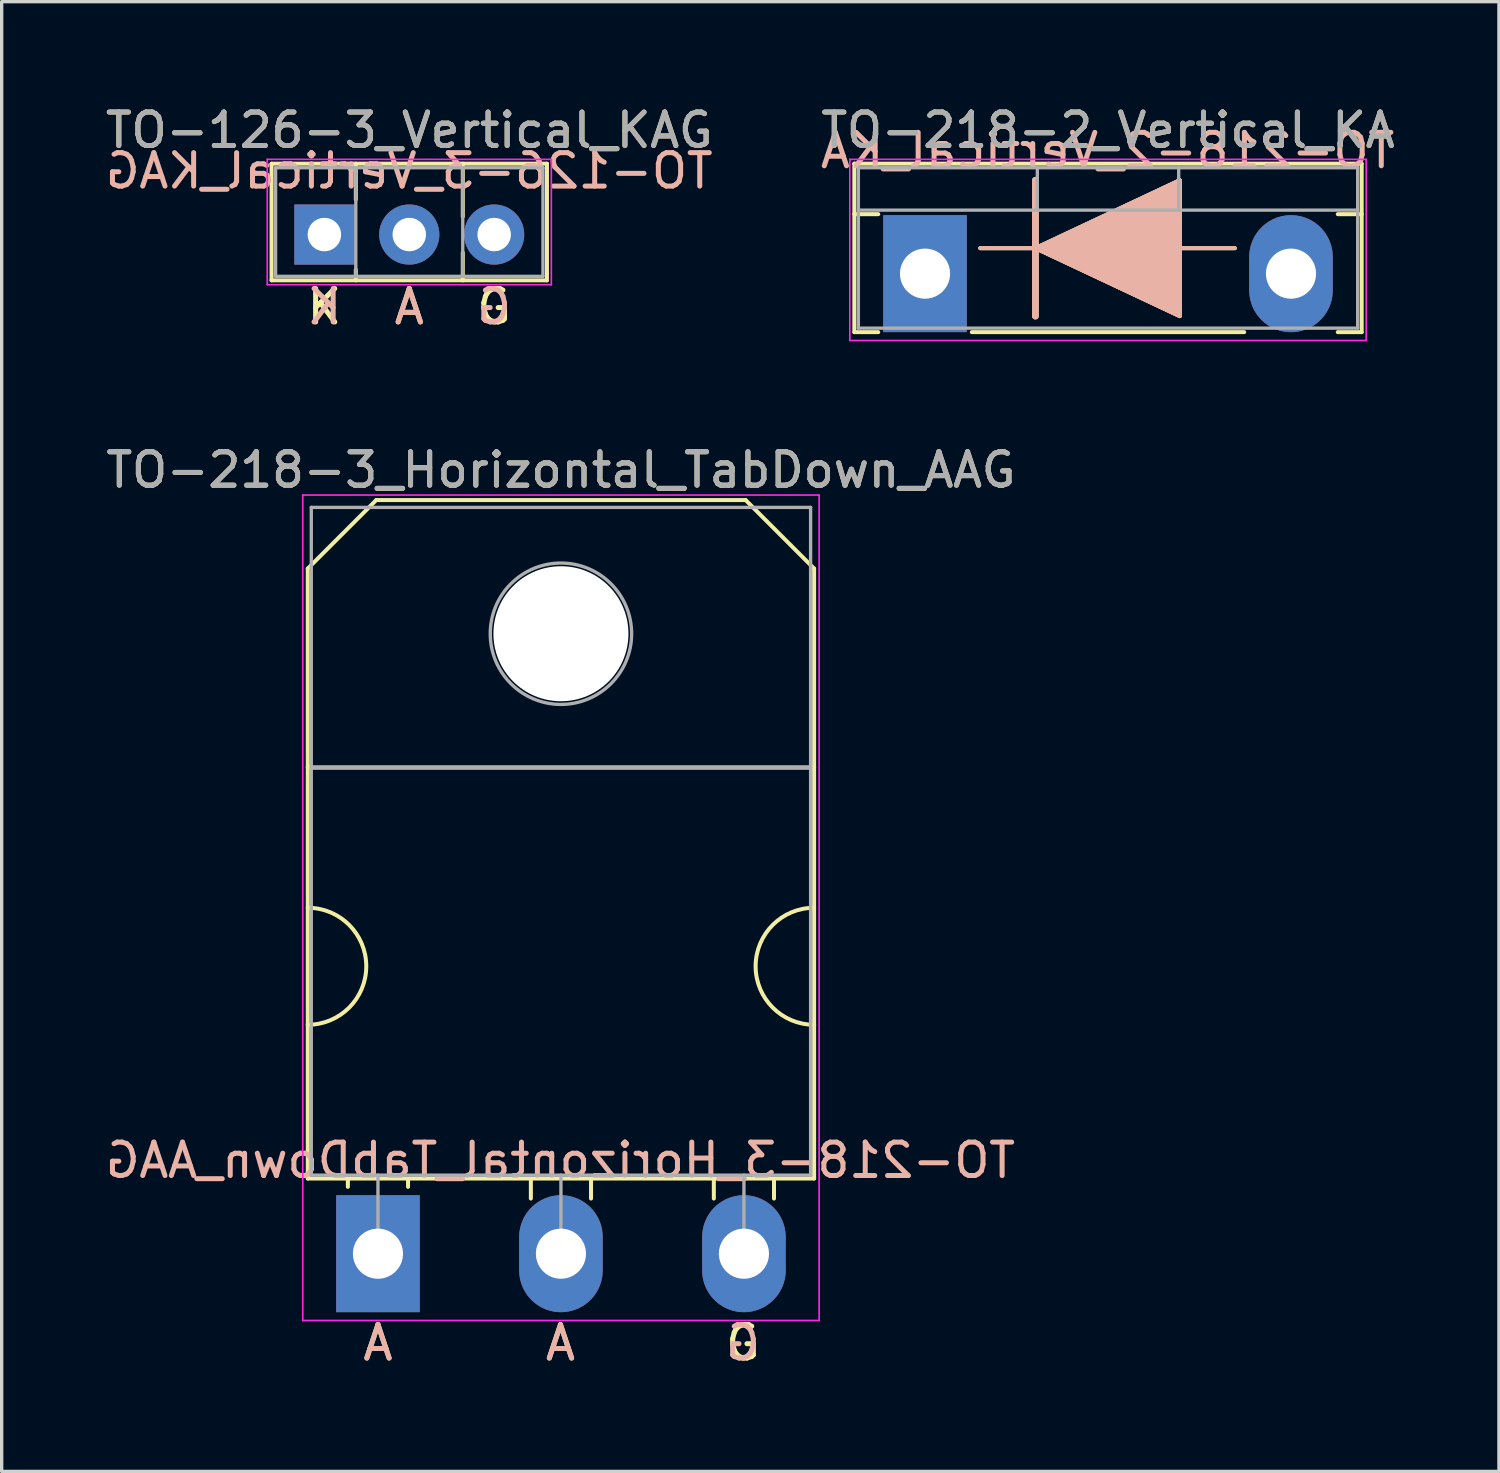
<source format=kicad_pcb>
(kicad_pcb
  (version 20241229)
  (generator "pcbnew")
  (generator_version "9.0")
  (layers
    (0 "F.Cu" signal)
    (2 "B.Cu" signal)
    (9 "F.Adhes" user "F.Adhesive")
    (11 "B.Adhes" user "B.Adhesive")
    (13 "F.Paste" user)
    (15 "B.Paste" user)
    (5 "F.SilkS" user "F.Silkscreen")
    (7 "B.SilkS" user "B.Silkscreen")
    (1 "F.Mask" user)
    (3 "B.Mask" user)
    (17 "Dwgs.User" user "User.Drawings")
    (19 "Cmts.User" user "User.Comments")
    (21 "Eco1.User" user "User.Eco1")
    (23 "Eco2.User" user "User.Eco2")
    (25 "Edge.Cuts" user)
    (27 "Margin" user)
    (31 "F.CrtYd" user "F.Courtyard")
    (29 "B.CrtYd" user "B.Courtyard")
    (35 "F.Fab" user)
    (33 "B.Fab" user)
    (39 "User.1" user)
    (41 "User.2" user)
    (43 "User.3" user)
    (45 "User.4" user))
  (footprint "TO-218-3_Horizontal_TabDown_AAG"
    (layer "F.Cu")
    (at 8.259 34.462)
    (property "Reference" "TO-218-3_Horizontal_TabDown_AAG" (at 5.475 -23.45 0) (layer "F.SilkS") (effects (font (size 1 1) (thickness 0.15))))
    (fp_line (start -2.1 -20.5) (end -0.05 -22.55) (stroke (width 0.12) (type solid)) (layer "F.SilkS"))
    (fp_line (start -2.1 -14.55) (end 13.05 -14.55) (stroke (width 0.12) (type solid)) (layer "F.SilkS"))
    (fp_line (start -2.1 -2.25) (end -2.1 -20.5) (stroke (width 0.12) (type solid)) (layer "F.SilkS"))
    (fp_line (start -0.9 -2.2) (end -0.9 -2) (stroke (width 0.12) (type solid)) (layer "F.SilkS"))
    (fp_line (start -0.05 -22.55) (end 11 -22.55) (stroke (width 0.12) (type solid)) (layer "F.SilkS"))
    (fp_line (start 0.9 -2.2) (end 0.9 -2) (stroke (width 0.12) (type solid)) (layer "F.SilkS"))
    (fp_line (start 4.575 -2.2) (end 4.575 -1.65) (stroke (width 0.12) (type solid)) (layer "F.SilkS"))
    (fp_line (start 6.375 -2.2) (end 6.375 -1.65) (stroke (width 0.12) (type solid)) (layer "F.SilkS"))
    (fp_line (start 10.05 -2.2) (end 10.05 -1.65) (stroke (width 0.12) (type solid)) (layer "F.SilkS"))
    (fp_line (start 11.85 -2.2) (end 11.85 -1.65) (stroke (width 0.12) (type solid)) (layer "F.SilkS"))
    (fp_line (start 13.05 -20.5) (end 11 -22.55) (stroke (width 0.12) (type solid)) (layer "F.SilkS"))
    (fp_line (start 13.05 -20.5) (end 13.05 -2.25) (stroke (width 0.12) (type solid)) (layer "F.SilkS"))
    (fp_line (start 13.05 -2.25) (end -2.1 -2.25) (stroke (width 0.12) (type solid)) (layer "F.SilkS"))
    (fp_arc (start -2.1 -10.35) (mid -0.35 -8.6) (end -2.1 -6.85) (stroke (width 0.12) (type solid)) (layer "F.SilkS"))
    (fp_arc (start 13.05 -6.85) (mid 11.3 -8.6) (end 13.05 -10.35) (stroke (width 0.12) (type solid)) (layer "F.SilkS"))
    (fp_line (start -2.25 -22.7) (end -2.25 2) (stroke (width 0.05) (type solid)) (layer "F.CrtYd"))
    (fp_line (start -2.25 2) (end 13.2 2) (stroke (width 0.05) (type solid)) (layer "F.CrtYd"))
    (fp_line (start 13.2 -22.7) (end -2.25 -22.7) (stroke (width 0.05) (type solid)) (layer "F.CrtYd"))
    (fp_line (start 13.2 2) (end 13.2 -22.7) (stroke (width 0.05) (type solid)) (layer "F.CrtYd"))
    (fp_line (start -1.995 -22.33) (end 12.945 -22.33) (stroke (width 0.1) (type solid)) (layer "F.Fab"))
    (fp_line (start -1.995 -14.54) (end -1.995 -22.33) (stroke (width 0.1) (type solid)) (layer "F.Fab"))
    (fp_line (start -1.995 -14.54) (end 12.945 -14.54) (stroke (width 0.1) (type solid)) (layer "F.Fab"))
    (fp_line (start -1.995 -2.35) (end -1.995 -14.54) (stroke (width 0.1) (type solid)) (layer "F.Fab"))
    (fp_line (start 0 -2.35) (end 0 0) (stroke (width 0.1) (type solid)) (layer "F.Fab"))
    (fp_line (start 5.475 -2.35) (end 5.475 0) (stroke (width 0.1) (type solid)) (layer "F.Fab"))
    (fp_line (start 10.95 -2.35) (end 10.95 0) (stroke (width 0.1) (type solid)) (layer "F.Fab"))
    (fp_line (start 12.945 -22.33) (end 12.945 -14.54) (stroke (width 0.1) (type solid)) (layer "F.Fab"))
    (fp_line (start 12.945 -14.54) (end -1.995 -14.54) (stroke (width 0.1) (type solid)) (layer "F.Fab"))
    (fp_line (start 12.945 -14.54) (end 12.945 -2.35) (stroke (width 0.1) (type solid)) (layer "F.Fab"))
    (fp_line (start 12.945 -2.35) (end -1.995 -2.35) (stroke (width 0.1) (type solid)) (layer "F.Fab"))
    (fp_circle (center 5.475 -18.55) (end 7.59 -18.55) (stroke (width 0.1) (type solid)) (fill no) (layer "F.Fab"))
    (fp_text user "A" (at 0 2.667 0) (unlocked yes) (layer "F.SilkS") (effects (font (size 1 1) (thickness 0.15))))
    (fp_text user "G" (at 10.922 2.667 0) (unlocked yes) (layer "F.SilkS") (effects (font (size 1 1) (thickness 0.15))))
    (fp_text user "A" (at 5.461 2.667 0) (unlocked yes) (layer "F.SilkS") (effects (font (size 1 1) (thickness 0.15))))
    (fp_text user "A" (at 0 2.667 0) (unlocked yes) (layer "B.SilkS") (effects (font (size 1 1) (thickness 0.15)) (justify mirror)))
    (fp_text user "A" (at 5.461 2.667 0) (unlocked yes) (layer "B.SilkS") (effects (font (size 1 1) (thickness 0.15)) (justify mirror)))
    (fp_text user "${REFERENCE}" (at 5.461 -2.794 0) (layer "B.SilkS") (effects (font (size 1 1) (thickness 0.15)) (justify mirror)))
    (fp_text user "G" (at 10.922 2.667 0) (unlocked yes) (layer "B.SilkS") (effects (font (size 1 1) (thickness 0.15)) (justify mirror)))
    (fp_text user "${REFERENCE}" (at 5.475 -23.45 0) (layer "F.Fab") (effects (font (size 1 1) (thickness 0.15))))
    (pad "" np_thru_hole oval (at 5.475 -18.55) (size 4.04 4.04) (drill 4.04) (layers "*.Cu" "*.Mask"))
    (pad "1" thru_hole rect (at 0 0) (size 2.5 3.5) (drill 1.5) (layers "*.Cu" "*.Mask"))
    (pad "2" thru_hole oval (at 5.475 0) (size 2.5 3.5) (drill 1.5) (layers "*.Cu" "*.Mask"))
    (pad "3" thru_hole oval (at 10.95 0) (size 2.5 3.5) (drill 1.5) (layers "*.Cu" "*.Mask")))
  (footprint "TO-218-2_Vertical_KA"
    (layer "F.Cu")
    (at 24.628 5.138)
    (property "Reference" "TO-218-2_Vertical_KA" (at 5.475 -4.29 0) (layer "F.SilkS") (effects (font (size 1 1) (thickness 0.15))))
    (fp_line (start -2.115 -3.29) (end -2.115 1.75) (stroke (width 0.12) (type solid)) (layer "F.SilkS"))
    (fp_line (start -2.115 -3.29) (end 13.065 -3.29) (stroke (width 0.12) (type solid)) (layer "F.SilkS"))
    (fp_line (start -2.115 -1.78) (end -1.4 -1.78) (stroke (width 0.12) (type solid)) (layer "F.SilkS"))
    (fp_line (start -2.115 1.75) (end -1.4 1.75) (stroke (width 0.12) (type solid)) (layer "F.SilkS"))
    (fp_line (start 1.4 1.75) (end 9.55 1.75) (stroke (width 0.12) (type solid)) (layer "F.SilkS"))
    (fp_line (start 1.651 -0.762) (end 3.302 -0.762) (stroke (width 0.12) (type solid)) (layer "F.SilkS"))
    (fp_line (start 3.302 -0.762) (end 3.302 -2.794) (stroke (width 0.2) (type solid)) (layer "F.SilkS"))
    (fp_line (start 3.302 -0.762) (end 7.62 -2.794) (stroke (width 0.12) (type solid)) (layer "F.SilkS"))
    (fp_line (start 3.302 1.27) (end 3.302 -0.762) (stroke (width 0.2) (type solid)) (layer "F.SilkS"))
    (fp_line (start 7.62 -2.794) (end 7.62 1.27) (stroke (width 0.12) (type solid)) (layer "F.SilkS"))
    (fp_line (start 7.62 -0.762) (end 9.271 -0.762) (stroke (width 0.12) (type solid)) (layer "F.SilkS"))
    (fp_line (start 7.62 1.27) (end 3.302 -0.762) (stroke (width 0.12) (type solid)) (layer "F.SilkS"))
    (fp_line (start 12.35 -1.78) (end 13.065 -1.78) (stroke (width 0.12) (type solid)) (layer "F.SilkS"))
    (fp_line (start 12.35 1.75) (end 13.065 1.75) (stroke (width 0.12) (type solid)) (layer "F.SilkS"))
    (fp_line (start 13.065 -3.29) (end 13.065 1.75) (stroke (width 0.12) (type solid)) (layer "F.SilkS"))
    (fp_poly (pts (xy 7.62 1.27) (xy 3.302 -0.762) (xy 7.62 -2.794)) (stroke (width 0.1) (type solid)) (fill yes) (layer "F.SilkS"))
    (fp_line (start 1.651 -0.762) (end 3.302 -0.762) (stroke (width 0.12) (type solid)) (layer "B.SilkS"))
    (fp_line (start 3.302 -2.794) (end 3.302 -0.762) (stroke (width 0.2) (type solid)) (layer "B.SilkS"))
    (fp_line (start 3.302 -0.762) (end 3.302 1.27) (stroke (width 0.2) (type solid)) (layer "B.SilkS"))
    (fp_line (start 3.302 -0.762) (end 7.62 1.27) (stroke (width 0.12) (type solid)) (layer "B.SilkS"))
    (fp_line (start 7.62 -2.794) (end 3.302 -0.762) (stroke (width 0.12) (type solid)) (layer "B.SilkS"))
    (fp_line (start 7.62 -0.762) (end 9.271 -0.762) (stroke (width 0.12) (type solid)) (layer "B.SilkS"))
    (fp_line (start 7.62 1.27) (end 7.62 -2.794) (stroke (width 0.12) (type solid)) (layer "B.SilkS"))
    (fp_poly (pts (xy 7.62 -2.794) (xy 3.302 -0.762) (xy 7.62 1.27)) (stroke (width 0.1) (type solid)) (fill yes) (layer "B.SilkS"))
    (fp_line (start -2.25 -3.42) (end -2.25 2) (stroke (width 0.05) (type solid)) (layer "F.CrtYd"))
    (fp_line (start -2.25 2) (end 13.2 2) (stroke (width 0.05) (type solid)) (layer "F.CrtYd"))
    (fp_line (start 13.2 -3.42) (end -2.25 -3.42) (stroke (width 0.05) (type solid)) (layer "F.CrtYd"))
    (fp_line (start 13.2 2) (end 13.2 -3.42) (stroke (width 0.05) (type solid)) (layer "F.CrtYd"))
    (fp_line (start -1.995 -3.17) (end -1.995 1.63) (stroke (width 0.1) (type solid)) (layer "F.Fab"))
    (fp_line (start -1.995 -1.9) (end 12.945 -1.9) (stroke (width 0.1) (type solid)) (layer "F.Fab"))
    (fp_line (start -1.995 1.63) (end 12.945 1.63) (stroke (width 0.1) (type solid)) (layer "F.Fab"))
    (fp_line (start 3.36 -3.17) (end 3.36 -1.9) (stroke (width 0.1) (type solid)) (layer "F.Fab"))
    (fp_line (start 7.59 -3.17) (end 7.59 -1.9) (stroke (width 0.1) (type solid)) (layer "F.Fab"))
    (fp_line (start 12.945 -3.17) (end -1.995 -3.17) (stroke (width 0.1) (type solid)) (layer "F.Fab"))
    (fp_line (start 12.945 1.63) (end 12.945 -3.17) (stroke (width 0.1) (type solid)) (layer "F.Fab"))
    (fp_text user "${REFERENCE}" (at 5.461 -3.683 0) (layer "B.SilkS") (effects (font (size 1 1) (thickness 0.15)) (justify mirror)))
    (fp_text user "${REFERENCE}" (at 5.475 -4.29 0) (layer "F.Fab") (effects (font (size 1 1) (thickness 0.15))))
    (pad "1" thru_hole rect (at 0 0) (size 2.5 3.5) (drill 1.5) (layers "*.Cu" "*.Mask"))
    (pad "2" thru_hole oval (at 10.95 0) (size 2.5 3.5) (drill 1.5) (layers "*.Cu" "*.Mask")))
  (footprint "TO-126-3_Vertical_KAG"
    (layer "F.Cu")
    (at 6.656 3.968)
    (property "Reference" "TO-126-3_Vertical_KAG" (at 2.54 -3.12 0) (layer "F.SilkS") (effects (font (size 1 1) (thickness 0.15))))
    (fp_line (start -1.58 -2.12) (end -1.58 1.37) (stroke (width 0.12) (type solid)) (layer "F.SilkS"))
    (fp_line (start -1.58 -2.12) (end 6.66 -2.12) (stroke (width 0.12) (type solid)) (layer "F.SilkS"))
    (fp_line (start -1.58 1.37) (end 6.66 1.37) (stroke (width 0.12) (type solid)) (layer "F.SilkS"))
    (fp_line (start 0.94 -2.12) (end 0.94 -1.05) (stroke (width 0.12) (type solid)) (layer "F.SilkS"))
    (fp_line (start 0.94 1.05) (end 0.94 1.37) (stroke (width 0.12) (type solid)) (layer "F.SilkS"))
    (fp_line (start 4.141 -2.12) (end 4.141 -0.54) (stroke (width 0.12) (type solid)) (layer "F.SilkS"))
    (fp_line (start 4.141 0.54) (end 4.141 1.37) (stroke (width 0.12) (type solid)) (layer "F.SilkS"))
    (fp_line (start 6.66 -2.12) (end 6.66 1.37) (stroke (width 0.12) (type solid)) (layer "F.SilkS"))
    (fp_line (start -1.71 -2.25) (end -1.71 1.5) (stroke (width 0.05) (type solid)) (layer "F.CrtYd"))
    (fp_line (start -1.71 1.5) (end 6.79 1.5) (stroke (width 0.05) (type solid)) (layer "F.CrtYd"))
    (fp_line (start 6.79 -2.25) (end -1.71 -2.25) (stroke (width 0.05) (type solid)) (layer "F.CrtYd"))
    (fp_line (start 6.79 1.5) (end 6.79 -2.25) (stroke (width 0.05) (type solid)) (layer "F.CrtYd"))
    (fp_line (start -1.46 -2) (end -1.46 1.25) (stroke (width 0.1) (type solid)) (layer "F.Fab"))
    (fp_line (start -1.46 1.25) (end 6.54 1.25) (stroke (width 0.1) (type solid)) (layer "F.Fab"))
    (fp_line (start 0.94 -2) (end 0.94 1.25) (stroke (width 0.1) (type solid)) (layer "F.Fab"))
    (fp_line (start 4.14 -2) (end 4.14 1.25) (stroke (width 0.1) (type solid)) (layer "F.Fab"))
    (fp_line (start 6.54 -2) (end -1.46 -2) (stroke (width 0.1) (type solid)) (layer "F.Fab"))
    (fp_line (start 6.54 1.25) (end 6.54 -2) (stroke (width 0.1) (type solid)) (layer "F.Fab"))
    (fp_text user "K" (at 0 2.159 0) (unlocked yes) (layer "F.SilkS") (effects (font (size 1 1) (thickness 0.15))))
    (fp_text user "G" (at 5.08 2.159 0) (unlocked yes) (layer "F.SilkS") (effects (font (size 1 1) (thickness 0.15))))
    (fp_text user "A" (at 2.54 2.159 0) (unlocked yes) (layer "F.SilkS") (effects (font (size 1 1) (thickness 0.15))))
    (fp_text user "G" (at 5.08 2.159 0) (unlocked yes) (layer "B.SilkS") (effects (font (size 1 1) (thickness 0.15)) (justify mirror)))
    (fp_text user "A" (at 2.54 2.159 0) (unlocked yes) (layer "B.SilkS") (effects (font (size 1 1) (thickness 0.15)) (justify mirror)))
    (fp_text user "${REFERENCE}" (at 2.54 -1.905 0) (layer "B.SilkS") (effects (font (size 1 1) (thickness 0.15)) (justify mirror)))
    (fp_text user "K" (at 0 2.159 0) (unlocked yes) (layer "B.SilkS") (effects (font (size 1 1) (thickness 0.15)) (justify mirror)))
    (fp_text user "${REFERENCE}" (at 2.54 -3.12 0) (layer "F.Fab") (effects (font (size 1 1) (thickness 0.15))))
    (pad "1" thru_hole rect (at 0 0) (size 1.8 1.8) (drill 1) (layers "*.Cu" "*.Mask"))
    (pad "2" thru_hole oval (at 2.54 0) (size 1.8 1.8) (drill 1) (layers "*.Cu" "*.Mask"))
    (pad "3" thru_hole oval (at 5.08 0) (size 1.8 1.8) (drill 1) (layers "*.Cu" "*.Mask")))
  (gr_rect
    (start -3 -3)
    (end 41.8 40.977)
    (stroke (width 0.1) (type default))
    (fill no)
    (layer "Edge.Cuts")))
</source>
